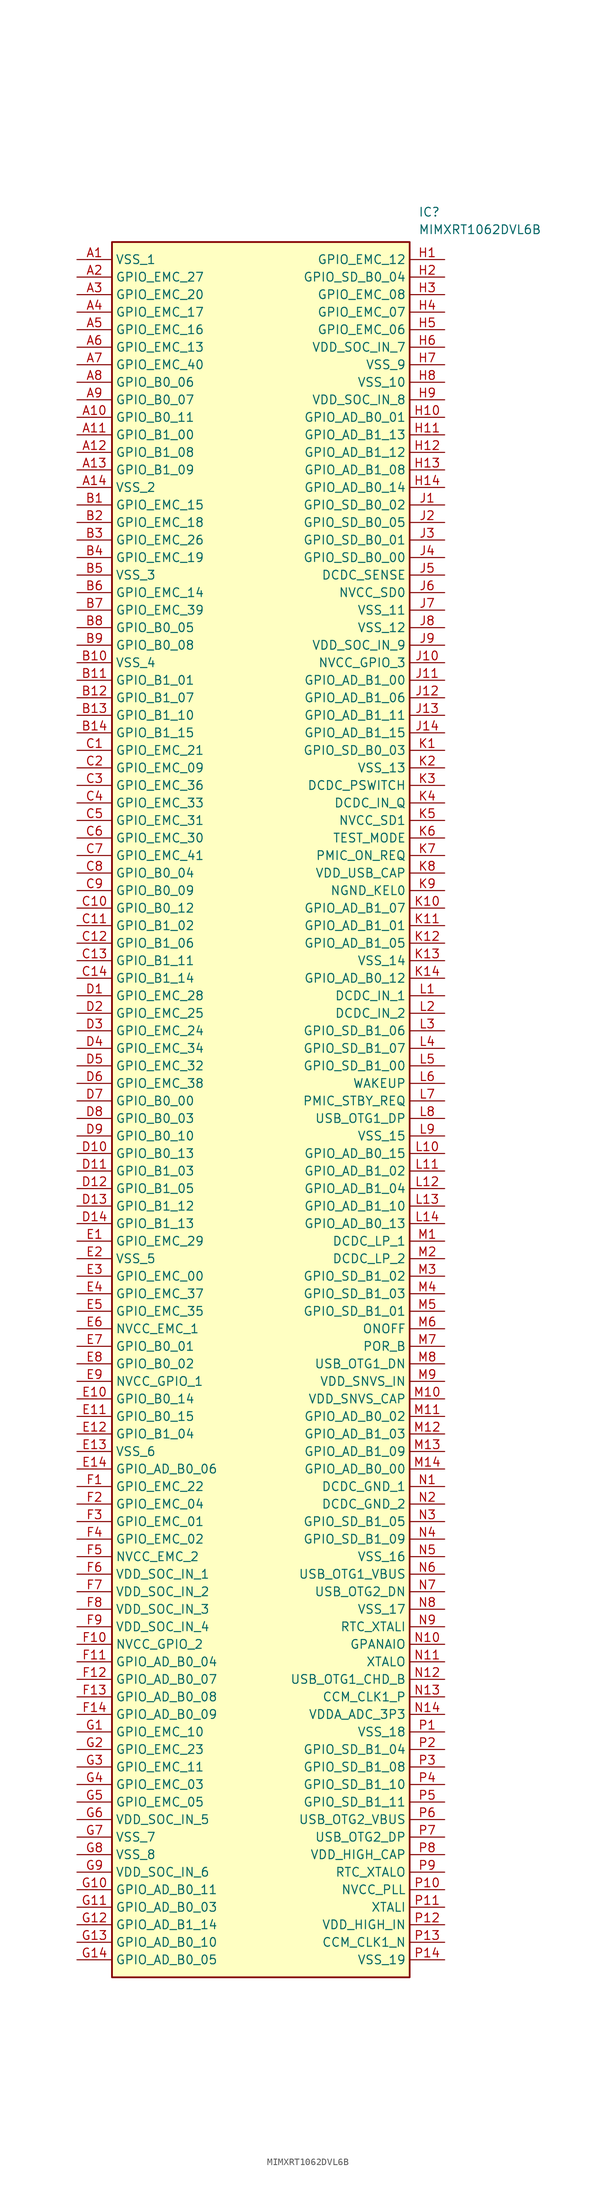
<source format=kicad_sym>
(kicad_symbol_lib
  (version 20211014)
  (generator SamacSys_ECAD_Model)
  (symbol "MIMXRT1062DVL6B"
    (property "Reference" "IC"
      (at 49.53 7.62 0)
      (effects (font (size 1.27 1.27)) (justify left top)))
    (property "Value" "MIMXRT1062DVL6B"
      (at 49.53 5.08 0)
      (effects (font (size 1.27 1.27)) (justify left top)))
    (rectangle
      (start 5.08 2.54)
      (end 48.26 -248.92)
      (stroke (width 0.254) (type default))
      (fill (type background)))
    (pin passive line
      (at 0 0 0)
      (length 5.08)
      (name "VSS_1" (effects (font (size 1.27 1.27))))
      (number "A1" (effects (font (size 1.27 1.27)))))
    (pin passive line
      (at 0 -2.54 0)
      (length 5.08)
      (name "GPIO_EMC_27" (effects (font (size 1.27 1.27))))
      (number "A2" (effects (font (size 1.27 1.27)))))
    (pin passive line
      (at 0 -5.08 0)
      (length 5.08)
      (name "GPIO_EMC_20" (effects (font (size 1.27 1.27))))
      (number "A3" (effects (font (size 1.27 1.27)))))
    (pin passive line
      (at 0 -7.62 0)
      (length 5.08)
      (name "GPIO_EMC_17" (effects (font (size 1.27 1.27))))
      (number "A4" (effects (font (size 1.27 1.27)))))
    (pin passive line
      (at 0 -10.16 0)
      (length 5.08)
      (name "GPIO_EMC_16" (effects (font (size 1.27 1.27))))
      (number "A5" (effects (font (size 1.27 1.27)))))
    (pin passive line
      (at 0 -12.7 0)
      (length 5.08)
      (name "GPIO_EMC_13" (effects (font (size 1.27 1.27))))
      (number "A6" (effects (font (size 1.27 1.27)))))
    (pin passive line
      (at 0 -15.24 0)
      (length 5.08)
      (name "GPIO_EMC_40" (effects (font (size 1.27 1.27))))
      (number "A7" (effects (font (size 1.27 1.27)))))
    (pin passive line
      (at 0 -17.78 0)
      (length 5.08)
      (name "GPIO_B0_06" (effects (font (size 1.27 1.27))))
      (number "A8" (effects (font (size 1.27 1.27)))))
    (pin passive line
      (at 0 -20.32 0)
      (length 5.08)
      (name "GPIO_B0_07" (effects (font (size 1.27 1.27))))
      (number "A9" (effects (font (size 1.27 1.27)))))
    (pin passive line
      (at 0 -22.86 0)
      (length 5.08)
      (name "GPIO_B0_11" (effects (font (size 1.27 1.27))))
      (number "A10" (effects (font (size 1.27 1.27)))))
    (pin passive line
      (at 0 -25.4 0)
      (length 5.08)
      (name "GPIO_B1_00" (effects (font (size 1.27 1.27))))
      (number "A11" (effects (font (size 1.27 1.27)))))
    (pin passive line
      (at 0 -27.94 0)
      (length 5.08)
      (name "GPIO_B1_08" (effects (font (size 1.27 1.27))))
      (number "A12" (effects (font (size 1.27 1.27)))))
    (pin passive line
      (at 0 -30.48 0)
      (length 5.08)
      (name "GPIO_B1_09" (effects (font (size 1.27 1.27))))
      (number "A13" (effects (font (size 1.27 1.27)))))
    (pin passive line
      (at 0 -33.02 0)
      (length 5.08)
      (name "VSS_2" (effects (font (size 1.27 1.27))))
      (number "A14" (effects (font (size 1.27 1.27)))))
    (pin passive line
      (at 0 -35.56 0)
      (length 5.08)
      (name "GPIO_EMC_15" (effects (font (size 1.27 1.27))))
      (number "B1" (effects (font (size 1.27 1.27)))))
    (pin passive line
      (at 0 -38.1 0)
      (length 5.08)
      (name "GPIO_EMC_18" (effects (font (size 1.27 1.27))))
      (number "B2" (effects (font (size 1.27 1.27)))))
    (pin passive line
      (at 0 -40.64 0)
      (length 5.08)
      (name "GPIO_EMC_26" (effects (font (size 1.27 1.27))))
      (number "B3" (effects (font (size 1.27 1.27)))))
    (pin passive line
      (at 0 -43.18 0)
      (length 5.08)
      (name "GPIO_EMC_19" (effects (font (size 1.27 1.27))))
      (number "B4" (effects (font (size 1.27 1.27)))))
    (pin passive line
      (at 0 -45.72 0)
      (length 5.08)
      (name "VSS_3" (effects (font (size 1.27 1.27))))
      (number "B5" (effects (font (size 1.27 1.27)))))
    (pin passive line
      (at 0 -48.26 0)
      (length 5.08)
      (name "GPIO_EMC_14" (effects (font (size 1.27 1.27))))
      (number "B6" (effects (font (size 1.27 1.27)))))
    (pin passive line
      (at 0 -50.8 0)
      (length 5.08)
      (name "GPIO_EMC_39" (effects (font (size 1.27 1.27))))
      (number "B7" (effects (font (size 1.27 1.27)))))
    (pin passive line
      (at 0 -53.34 0)
      (length 5.08)
      (name "GPIO_B0_05" (effects (font (size 1.27 1.27))))
      (number "B8" (effects (font (size 1.27 1.27)))))
    (pin passive line
      (at 0 -55.88 0)
      (length 5.08)
      (name "GPIO_B0_08" (effects (font (size 1.27 1.27))))
      (number "B9" (effects (font (size 1.27 1.27)))))
    (pin passive line
      (at 0 -58.42 0)
      (length 5.08)
      (name "VSS_4" (effects (font (size 1.27 1.27))))
      (number "B10" (effects (font (size 1.27 1.27)))))
    (pin passive line
      (at 0 -60.96 0)
      (length 5.08)
      (name "GPIO_B1_01" (effects (font (size 1.27 1.27))))
      (number "B11" (effects (font (size 1.27 1.27)))))
    (pin passive line
      (at 0 -63.5 0)
      (length 5.08)
      (name "GPIO_B1_07" (effects (font (size 1.27 1.27))))
      (number "B12" (effects (font (size 1.27 1.27)))))
    (pin passive line
      (at 0 -66.04 0)
      (length 5.08)
      (name "GPIO_B1_10" (effects (font (size 1.27 1.27))))
      (number "B13" (effects (font (size 1.27 1.27)))))
    (pin passive line
      (at 0 -68.58 0)
      (length 5.08)
      (name "GPIO_B1_15" (effects (font (size 1.27 1.27))))
      (number "B14" (effects (font (size 1.27 1.27)))))
    (pin passive line
      (at 0 -71.12 0)
      (length 5.08)
      (name "GPIO_EMC_21" (effects (font (size 1.27 1.27))))
      (number "C1" (effects (font (size 1.27 1.27)))))
    (pin passive line
      (at 0 -73.66 0)
      (length 5.08)
      (name "GPIO_EMC_09" (effects (font (size 1.27 1.27))))
      (number "C2" (effects (font (size 1.27 1.27)))))
    (pin passive line
      (at 0 -76.2 0)
      (length 5.08)
      (name "GPIO_EMC_36" (effects (font (size 1.27 1.27))))
      (number "C3" (effects (font (size 1.27 1.27)))))
    (pin passive line
      (at 0 -78.74 0)
      (length 5.08)
      (name "GPIO_EMC_33" (effects (font (size 1.27 1.27))))
      (number "C4" (effects (font (size 1.27 1.27)))))
    (pin passive line
      (at 0 -81.28 0)
      (length 5.08)
      (name "GPIO_EMC_31" (effects (font (size 1.27 1.27))))
      (number "C5" (effects (font (size 1.27 1.27)))))
    (pin passive line
      (at 0 -83.82 0)
      (length 5.08)
      (name "GPIO_EMC_30" (effects (font (size 1.27 1.27))))
      (number "C6" (effects (font (size 1.27 1.27)))))
    (pin passive line
      (at 0 -86.36 0)
      (length 5.08)
      (name "GPIO_EMC_41" (effects (font (size 1.27 1.27))))
      (number "C7" (effects (font (size 1.27 1.27)))))
    (pin passive line
      (at 0 -88.9 0)
      (length 5.08)
      (name "GPIO_B0_04" (effects (font (size 1.27 1.27))))
      (number "C8" (effects (font (size 1.27 1.27)))))
    (pin passive line
      (at 0 -91.44 0)
      (length 5.08)
      (name "GPIO_B0_09" (effects (font (size 1.27 1.27))))
      (number "C9" (effects (font (size 1.27 1.27)))))
    (pin passive line
      (at 0 -93.98 0)
      (length 5.08)
      (name "GPIO_B0_12" (effects (font (size 1.27 1.27))))
      (number "C10" (effects (font (size 1.27 1.27)))))
    (pin passive line
      (at 0 -96.52 0)
      (length 5.08)
      (name "GPIO_B1_02" (effects (font (size 1.27 1.27))))
      (number "C11" (effects (font (size 1.27 1.27)))))
    (pin passive line
      (at 0 -99.06 0)
      (length 5.08)
      (name "GPIO_B1_06" (effects (font (size 1.27 1.27))))
      (number "C12" (effects (font (size 1.27 1.27)))))
    (pin passive line
      (at 0 -101.6 0)
      (length 5.08)
      (name "GPIO_B1_11" (effects (font (size 1.27 1.27))))
      (number "C13" (effects (font (size 1.27 1.27)))))
    (pin passive line
      (at 0 -104.14 0)
      (length 5.08)
      (name "GPIO_B1_14" (effects (font (size 1.27 1.27))))
      (number "C14" (effects (font (size 1.27 1.27)))))
    (pin passive line
      (at 0 -106.68 0)
      (length 5.08)
      (name "GPIO_EMC_28" (effects (font (size 1.27 1.27))))
      (number "D1" (effects (font (size 1.27 1.27)))))
    (pin passive line
      (at 0 -109.22 0)
      (length 5.08)
      (name "GPIO_EMC_25" (effects (font (size 1.27 1.27))))
      (number "D2" (effects (font (size 1.27 1.27)))))
    (pin passive line
      (at 0 -111.76 0)
      (length 5.08)
      (name "GPIO_EMC_24" (effects (font (size 1.27 1.27))))
      (number "D3" (effects (font (size 1.27 1.27)))))
    (pin passive line
      (at 0 -114.3 0)
      (length 5.08)
      (name "GPIO_EMC_34" (effects (font (size 1.27 1.27))))
      (number "D4" (effects (font (size 1.27 1.27)))))
    (pin passive line
      (at 0 -116.84 0)
      (length 5.08)
      (name "GPIO_EMC_32" (effects (font (size 1.27 1.27))))
      (number "D5" (effects (font (size 1.27 1.27)))))
    (pin passive line
      (at 0 -119.38 0)
      (length 5.08)
      (name "GPIO_EMC_38" (effects (font (size 1.27 1.27))))
      (number "D6" (effects (font (size 1.27 1.27)))))
    (pin passive line
      (at 0 -121.92 0)
      (length 5.08)
      (name "GPIO_B0_00" (effects (font (size 1.27 1.27))))
      (number "D7" (effects (font (size 1.27 1.27)))))
    (pin passive line
      (at 0 -124.46 0)
      (length 5.08)
      (name "GPIO_B0_03" (effects (font (size 1.27 1.27))))
      (number "D8" (effects (font (size 1.27 1.27)))))
    (pin passive line
      (at 0 -127 0)
      (length 5.08)
      (name "GPIO_B0_10" (effects (font (size 1.27 1.27))))
      (number "D9" (effects (font (size 1.27 1.27)))))
    (pin passive line
      (at 0 -129.54 0)
      (length 5.08)
      (name "GPIO_B0_13" (effects (font (size 1.27 1.27))))
      (number "D10" (effects (font (size 1.27 1.27)))))
    (pin passive line
      (at 0 -132.08 0)
      (length 5.08)
      (name "GPIO_B1_03" (effects (font (size 1.27 1.27))))
      (number "D11" (effects (font (size 1.27 1.27)))))
    (pin passive line
      (at 0 -134.62 0)
      (length 5.08)
      (name "GPIO_B1_05" (effects (font (size 1.27 1.27))))
      (number "D12" (effects (font (size 1.27 1.27)))))
    (pin passive line
      (at 0 -137.16 0)
      (length 5.08)
      (name "GPIO_B1_12" (effects (font (size 1.27 1.27))))
      (number "D13" (effects (font (size 1.27 1.27)))))
    (pin passive line
      (at 0 -139.7 0)
      (length 5.08)
      (name "GPIO_B1_13" (effects (font (size 1.27 1.27))))
      (number "D14" (effects (font (size 1.27 1.27)))))
    (pin passive line
      (at 0 -142.24 0)
      (length 5.08)
      (name "GPIO_EMC_29" (effects (font (size 1.27 1.27))))
      (number "E1" (effects (font (size 1.27 1.27)))))
    (pin passive line
      (at 0 -144.78 0)
      (length 5.08)
      (name "VSS_5" (effects (font (size 1.27 1.27))))
      (number "E2" (effects (font (size 1.27 1.27)))))
    (pin passive line
      (at 0 -147.32 0)
      (length 5.08)
      (name "GPIO_EMC_00" (effects (font (size 1.27 1.27))))
      (number "E3" (effects (font (size 1.27 1.27)))))
    (pin passive line
      (at 0 -149.86 0)
      (length 5.08)
      (name "GPIO_EMC_37" (effects (font (size 1.27 1.27))))
      (number "E4" (effects (font (size 1.27 1.27)))))
    (pin passive line
      (at 0 -152.4 0)
      (length 5.08)
      (name "GPIO_EMC_35" (effects (font (size 1.27 1.27))))
      (number "E5" (effects (font (size 1.27 1.27)))))
    (pin passive line
      (at 0 -154.94 0)
      (length 5.08)
      (name "NVCC_EMC_1" (effects (font (size 1.27 1.27))))
      (number "E6" (effects (font (size 1.27 1.27)))))
    (pin passive line
      (at 0 -157.48 0)
      (length 5.08)
      (name "GPIO_B0_01" (effects (font (size 1.27 1.27))))
      (number "E7" (effects (font (size 1.27 1.27)))))
    (pin passive line
      (at 0 -160.02 0)
      (length 5.08)
      (name "GPIO_B0_02" (effects (font (size 1.27 1.27))))
      (number "E8" (effects (font (size 1.27 1.27)))))
    (pin passive line
      (at 0 -162.56 0)
      (length 5.08)
      (name "NVCC_GPIO_1" (effects (font (size 1.27 1.27))))
      (number "E9" (effects (font (size 1.27 1.27)))))
    (pin passive line
      (at 0 -165.1 0)
      (length 5.08)
      (name "GPIO_B0_14" (effects (font (size 1.27 1.27))))
      (number "E10" (effects (font (size 1.27 1.27)))))
    (pin passive line
      (at 0 -167.64 0)
      (length 5.08)
      (name "GPIO_B0_15" (effects (font (size 1.27 1.27))))
      (number "E11" (effects (font (size 1.27 1.27)))))
    (pin passive line
      (at 0 -170.18 0)
      (length 5.08)
      (name "GPIO_B1_04" (effects (font (size 1.27 1.27))))
      (number "E12" (effects (font (size 1.27 1.27)))))
    (pin passive line
      (at 0 -172.72 0)
      (length 5.08)
      (name "VSS_6" (effects (font (size 1.27 1.27))))
      (number "E13" (effects (font (size 1.27 1.27)))))
    (pin passive line
      (at 0 -175.26 0)
      (length 5.08)
      (name "GPIO_AD_B0_06" (effects (font (size 1.27 1.27))))
      (number "E14" (effects (font (size 1.27 1.27)))))
    (pin passive line
      (at 0 -177.8 0)
      (length 5.08)
      (name "GPIO_EMC_22" (effects (font (size 1.27 1.27))))
      (number "F1" (effects (font (size 1.27 1.27)))))
    (pin passive line
      (at 0 -180.34 0)
      (length 5.08)
      (name "GPIO_EMC_04" (effects (font (size 1.27 1.27))))
      (number "F2" (effects (font (size 1.27 1.27)))))
    (pin passive line
      (at 0 -182.88 0)
      (length 5.08)
      (name "GPIO_EMC_01" (effects (font (size 1.27 1.27))))
      (number "F3" (effects (font (size 1.27 1.27)))))
    (pin passive line
      (at 0 -185.42 0)
      (length 5.08)
      (name "GPIO_EMC_02" (effects (font (size 1.27 1.27))))
      (number "F4" (effects (font (size 1.27 1.27)))))
    (pin passive line
      (at 0 -187.96 0)
      (length 5.08)
      (name "NVCC_EMC_2" (effects (font (size 1.27 1.27))))
      (number "F5" (effects (font (size 1.27 1.27)))))
    (pin passive line
      (at 0 -190.5 0)
      (length 5.08)
      (name "VDD_SOC_IN_1" (effects (font (size 1.27 1.27))))
      (number "F6" (effects (font (size 1.27 1.27)))))
    (pin passive line
      (at 0 -193.04 0)
      (length 5.08)
      (name "VDD_SOC_IN_2" (effects (font (size 1.27 1.27))))
      (number "F7" (effects (font (size 1.27 1.27)))))
    (pin passive line
      (at 0 -195.58 0)
      (length 5.08)
      (name "VDD_SOC_IN_3" (effects (font (size 1.27 1.27))))
      (number "F8" (effects (font (size 1.27 1.27)))))
    (pin passive line
      (at 0 -198.12 0)
      (length 5.08)
      (name "VDD_SOC_IN_4" (effects (font (size 1.27 1.27))))
      (number "F9" (effects (font (size 1.27 1.27)))))
    (pin passive line
      (at 0 -200.66 0)
      (length 5.08)
      (name "NVCC_GPIO_2" (effects (font (size 1.27 1.27))))
      (number "F10" (effects (font (size 1.27 1.27)))))
    (pin passive line
      (at 0 -203.2 0)
      (length 5.08)
      (name "GPIO_AD_B0_04" (effects (font (size 1.27 1.27))))
      (number "F11" (effects (font (size 1.27 1.27)))))
    (pin passive line
      (at 0 -205.74 0)
      (length 5.08)
      (name "GPIO_AD_B0_07" (effects (font (size 1.27 1.27))))
      (number "F12" (effects (font (size 1.27 1.27)))))
    (pin passive line
      (at 0 -208.28 0)
      (length 5.08)
      (name "GPIO_AD_B0_08" (effects (font (size 1.27 1.27))))
      (number "F13" (effects (font (size 1.27 1.27)))))
    (pin passive line
      (at 0 -210.82 0)
      (length 5.08)
      (name "GPIO_AD_B0_09" (effects (font (size 1.27 1.27))))
      (number "F14" (effects (font (size 1.27 1.27)))))
    (pin passive line
      (at 0 -213.36 0)
      (length 5.08)
      (name "GPIO_EMC_10" (effects (font (size 1.27 1.27))))
      (number "G1" (effects (font (size 1.27 1.27)))))
    (pin passive line
      (at 0 -215.9 0)
      (length 5.08)
      (name "GPIO_EMC_23" (effects (font (size 1.27 1.27))))
      (number "G2" (effects (font (size 1.27 1.27)))))
    (pin passive line
      (at 0 -218.44 0)
      (length 5.08)
      (name "GPIO_EMC_11" (effects (font (size 1.27 1.27))))
      (number "G3" (effects (font (size 1.27 1.27)))))
    (pin passive line
      (at 0 -220.98 0)
      (length 5.08)
      (name "GPIO_EMC_03" (effects (font (size 1.27 1.27))))
      (number "G4" (effects (font (size 1.27 1.27)))))
    (pin passive line
      (at 0 -223.52 0)
      (length 5.08)
      (name "GPIO_EMC_05" (effects (font (size 1.27 1.27))))
      (number "G5" (effects (font (size 1.27 1.27)))))
    (pin passive line
      (at 0 -226.06 0)
      (length 5.08)
      (name "VDD_SOC_IN_5" (effects (font (size 1.27 1.27))))
      (number "G6" (effects (font (size 1.27 1.27)))))
    (pin passive line
      (at 0 -228.6 0)
      (length 5.08)
      (name "VSS_7" (effects (font (size 1.27 1.27))))
      (number "G7" (effects (font (size 1.27 1.27)))))
    (pin passive line
      (at 0 -231.14 0)
      (length 5.08)
      (name "VSS_8" (effects (font (size 1.27 1.27))))
      (number "G8" (effects (font (size 1.27 1.27)))))
    (pin passive line
      (at 0 -233.68 0)
      (length 5.08)
      (name "VDD_SOC_IN_6" (effects (font (size 1.27 1.27))))
      (number "G9" (effects (font (size 1.27 1.27)))))
    (pin passive line
      (at 0 -236.22 0)
      (length 5.08)
      (name "GPIO_AD_B0_11" (effects (font (size 1.27 1.27))))
      (number "G10" (effects (font (size 1.27 1.27)))))
    (pin passive line
      (at 0 -238.76 0)
      (length 5.08)
      (name "GPIO_AD_B0_03" (effects (font (size 1.27 1.27))))
      (number "G11" (effects (font (size 1.27 1.27)))))
    (pin passive line
      (at 0 -241.3 0)
      (length 5.08)
      (name "GPIO_AD_B1_14" (effects (font (size 1.27 1.27))))
      (number "G12" (effects (font (size 1.27 1.27)))))
    (pin passive line
      (at 0 -243.84 0)
      (length 5.08)
      (name "GPIO_AD_B0_10" (effects (font (size 1.27 1.27))))
      (number "G13" (effects (font (size 1.27 1.27)))))
    (pin passive line
      (at 0 -246.38 0)
      (length 5.08)
      (name "GPIO_AD_B0_05" (effects (font (size 1.27 1.27))))
      (number "G14" (effects (font (size 1.27 1.27)))))
    (pin passive line
      (at 53.34 0 180)
      (length 5.08)
      (name "GPIO_EMC_12" (effects (font (size 1.27 1.27))))
      (number "H1" (effects (font (size 1.27 1.27)))))
    (pin passive line
      (at 53.34 -2.54 180)
      (length 5.08)
      (name "GPIO_SD_B0_04" (effects (font (size 1.27 1.27))))
      (number "H2" (effects (font (size 1.27 1.27)))))
    (pin passive line
      (at 53.34 -5.08 180)
      (length 5.08)
      (name "GPIO_EMC_08" (effects (font (size 1.27 1.27))))
      (number "H3" (effects (font (size 1.27 1.27)))))
    (pin passive line
      (at 53.34 -7.62 180)
      (length 5.08)
      (name "GPIO_EMC_07" (effects (font (size 1.27 1.27))))
      (number "H4" (effects (font (size 1.27 1.27)))))
    (pin passive line
      (at 53.34 -10.16 180)
      (length 5.08)
      (name "GPIO_EMC_06" (effects (font (size 1.27 1.27))))
      (number "H5" (effects (font (size 1.27 1.27)))))
    (pin passive line
      (at 53.34 -12.7 180)
      (length 5.08)
      (name "VDD_SOC_IN_7" (effects (font (size 1.27 1.27))))
      (number "H6" (effects (font (size 1.27 1.27)))))
    (pin passive line
      (at 53.34 -15.24 180)
      (length 5.08)
      (name "VSS_9" (effects (font (size 1.27 1.27))))
      (number "H7" (effects (font (size 1.27 1.27)))))
    (pin passive line
      (at 53.34 -17.78 180)
      (length 5.08)
      (name "VSS_10" (effects (font (size 1.27 1.27))))
      (number "H8" (effects (font (size 1.27 1.27)))))
    (pin passive line
      (at 53.34 -20.32 180)
      (length 5.08)
      (name "VDD_SOC_IN_8" (effects (font (size 1.27 1.27))))
      (number "H9" (effects (font (size 1.27 1.27)))))
    (pin passive line
      (at 53.34 -22.86 180)
      (length 5.08)
      (name "GPIO_AD_B0_01" (effects (font (size 1.27 1.27))))
      (number "H10" (effects (font (size 1.27 1.27)))))
    (pin passive line
      (at 53.34 -25.4 180)
      (length 5.08)
      (name "GPIO_AD_B1_13" (effects (font (size 1.27 1.27))))
      (number "H11" (effects (font (size 1.27 1.27)))))
    (pin passive line
      (at 53.34 -27.94 180)
      (length 5.08)
      (name "GPIO_AD_B1_12" (effects (font (size 1.27 1.27))))
      (number "H12" (effects (font (size 1.27 1.27)))))
    (pin passive line
      (at 53.34 -30.48 180)
      (length 5.08)
      (name "GPIO_AD_B1_08" (effects (font (size 1.27 1.27))))
      (number "H13" (effects (font (size 1.27 1.27)))))
    (pin passive line
      (at 53.34 -33.02 180)
      (length 5.08)
      (name "GPIO_AD_B0_14" (effects (font (size 1.27 1.27))))
      (number "H14" (effects (font (size 1.27 1.27)))))
    (pin passive line
      (at 53.34 -35.56 180)
      (length 5.08)
      (name "GPIO_SD_B0_02" (effects (font (size 1.27 1.27))))
      (number "J1" (effects (font (size 1.27 1.27)))))
    (pin passive line
      (at 53.34 -38.1 180)
      (length 5.08)
      (name "GPIO_SD_B0_05" (effects (font (size 1.27 1.27))))
      (number "J2" (effects (font (size 1.27 1.27)))))
    (pin passive line
      (at 53.34 -40.64 180)
      (length 5.08)
      (name "GPIO_SD_B0_01" (effects (font (size 1.27 1.27))))
      (number "J3" (effects (font (size 1.27 1.27)))))
    (pin passive line
      (at 53.34 -43.18 180)
      (length 5.08)
      (name "GPIO_SD_B0_00" (effects (font (size 1.27 1.27))))
      (number "J4" (effects (font (size 1.27 1.27)))))
    (pin passive line
      (at 53.34 -45.72 180)
      (length 5.08)
      (name "DCDC_SENSE" (effects (font (size 1.27 1.27))))
      (number "J5" (effects (font (size 1.27 1.27)))))
    (pin passive line
      (at 53.34 -48.26 180)
      (length 5.08)
      (name "NVCC_SD0" (effects (font (size 1.27 1.27))))
      (number "J6" (effects (font (size 1.27 1.27)))))
    (pin passive line
      (at 53.34 -50.8 180)
      (length 5.08)
      (name "VSS_11" (effects (font (size 1.27 1.27))))
      (number "J7" (effects (font (size 1.27 1.27)))))
    (pin passive line
      (at 53.34 -53.34 180)
      (length 5.08)
      (name "VSS_12" (effects (font (size 1.27 1.27))))
      (number "J8" (effects (font (size 1.27 1.27)))))
    (pin passive line
      (at 53.34 -55.88 180)
      (length 5.08)
      (name "VDD_SOC_IN_9" (effects (font (size 1.27 1.27))))
      (number "J9" (effects (font (size 1.27 1.27)))))
    (pin passive line
      (at 53.34 -58.42 180)
      (length 5.08)
      (name "NVCC_GPIO_3" (effects (font (size 1.27 1.27))))
      (number "J10" (effects (font (size 1.27 1.27)))))
    (pin passive line
      (at 53.34 -60.96 180)
      (length 5.08)
      (name "GPIO_AD_B1_00" (effects (font (size 1.27 1.27))))
      (number "J11" (effects (font (size 1.27 1.27)))))
    (pin passive line
      (at 53.34 -63.5 180)
      (length 5.08)
      (name "GPIO_AD_B1_06" (effects (font (size 1.27 1.27))))
      (number "J12" (effects (font (size 1.27 1.27)))))
    (pin passive line
      (at 53.34 -66.04 180)
      (length 5.08)
      (name "GPIO_AD_B1_11" (effects (font (size 1.27 1.27))))
      (number "J13" (effects (font (size 1.27 1.27)))))
    (pin passive line
      (at 53.34 -68.58 180)
      (length 5.08)
      (name "GPIO_AD_B1_15" (effects (font (size 1.27 1.27))))
      (number "J14" (effects (font (size 1.27 1.27)))))
    (pin passive line
      (at 53.34 -71.12 180)
      (length 5.08)
      (name "GPIO_SD_B0_03" (effects (font (size 1.27 1.27))))
      (number "K1" (effects (font (size 1.27 1.27)))))
    (pin passive line
      (at 53.34 -73.66 180)
      (length 5.08)
      (name "VSS_13" (effects (font (size 1.27 1.27))))
      (number "K2" (effects (font (size 1.27 1.27)))))
    (pin passive line
      (at 53.34 -76.2 180)
      (length 5.08)
      (name "DCDC_PSWITCH" (effects (font (size 1.27 1.27))))
      (number "K3" (effects (font (size 1.27 1.27)))))
    (pin passive line
      (at 53.34 -78.74 180)
      (length 5.08)
      (name "DCDC_IN_Q" (effects (font (size 1.27 1.27))))
      (number "K4" (effects (font (size 1.27 1.27)))))
    (pin passive line
      (at 53.34 -81.28 180)
      (length 5.08)
      (name "NVCC_SD1" (effects (font (size 1.27 1.27))))
      (number "K5" (effects (font (size 1.27 1.27)))))
    (pin passive line
      (at 53.34 -83.82 180)
      (length 5.08)
      (name "TEST_MODE" (effects (font (size 1.27 1.27))))
      (number "K6" (effects (font (size 1.27 1.27)))))
    (pin passive line
      (at 53.34 -86.36 180)
      (length 5.08)
      (name "PMIC_ON_REQ" (effects (font (size 1.27 1.27))))
      (number "K7" (effects (font (size 1.27 1.27)))))
    (pin passive line
      (at 53.34 -88.9 180)
      (length 5.08)
      (name "VDD_USB_CAP" (effects (font (size 1.27 1.27))))
      (number "K8" (effects (font (size 1.27 1.27)))))
    (pin passive line
      (at 53.34 -91.44 180)
      (length 5.08)
      (name "NGND_KEL0" (effects (font (size 1.27 1.27))))
      (number "K9" (effects (font (size 1.27 1.27)))))
    (pin passive line
      (at 53.34 -93.98 180)
      (length 5.08)
      (name "GPIO_AD_B1_07" (effects (font (size 1.27 1.27))))
      (number "K10" (effects (font (size 1.27 1.27)))))
    (pin passive line
      (at 53.34 -96.52 180)
      (length 5.08)
      (name "GPIO_AD_B1_01" (effects (font (size 1.27 1.27))))
      (number "K11" (effects (font (size 1.27 1.27)))))
    (pin passive line
      (at 53.34 -99.06 180)
      (length 5.08)
      (name "GPIO_AD_B1_05" (effects (font (size 1.27 1.27))))
      (number "K12" (effects (font (size 1.27 1.27)))))
    (pin passive line
      (at 53.34 -101.6 180)
      (length 5.08)
      (name "VSS_14" (effects (font (size 1.27 1.27))))
      (number "K13" (effects (font (size 1.27 1.27)))))
    (pin passive line
      (at 53.34 -104.14 180)
      (length 5.08)
      (name "GPIO_AD_B0_12" (effects (font (size 1.27 1.27))))
      (number "K14" (effects (font (size 1.27 1.27)))))
    (pin passive line
      (at 53.34 -106.68 180)
      (length 5.08)
      (name "DCDC_IN_1" (effects (font (size 1.27 1.27))))
      (number "L1" (effects (font (size 1.27 1.27)))))
    (pin passive line
      (at 53.34 -109.22 180)
      (length 5.08)
      (name "DCDC_IN_2" (effects (font (size 1.27 1.27))))
      (number "L2" (effects (font (size 1.27 1.27)))))
    (pin passive line
      (at 53.34 -111.76 180)
      (length 5.08)
      (name "GPIO_SD_B1_06" (effects (font (size 1.27 1.27))))
      (number "L3" (effects (font (size 1.27 1.27)))))
    (pin passive line
      (at 53.34 -114.3 180)
      (length 5.08)
      (name "GPIO_SD_B1_07" (effects (font (size 1.27 1.27))))
      (number "L4" (effects (font (size 1.27 1.27)))))
    (pin passive line
      (at 53.34 -116.84 180)
      (length 5.08)
      (name "GPIO_SD_B1_00" (effects (font (size 1.27 1.27))))
      (number "L5" (effects (font (size 1.27 1.27)))))
    (pin passive line
      (at 53.34 -119.38 180)
      (length 5.08)
      (name "WAKEUP" (effects (font (size 1.27 1.27))))
      (number "L6" (effects (font (size 1.27 1.27)))))
    (pin passive line
      (at 53.34 -121.92 180)
      (length 5.08)
      (name "PMIC_STBY_REQ" (effects (font (size 1.27 1.27))))
      (number "L7" (effects (font (size 1.27 1.27)))))
    (pin passive line
      (at 53.34 -124.46 180)
      (length 5.08)
      (name "USB_OTG1_DP" (effects (font (size 1.27 1.27))))
      (number "L8" (effects (font (size 1.27 1.27)))))
    (pin passive line
      (at 53.34 -127 180)
      (length 5.08)
      (name "VSS_15" (effects (font (size 1.27 1.27))))
      (number "L9" (effects (font (size 1.27 1.27)))))
    (pin passive line
      (at 53.34 -129.54 180)
      (length 5.08)
      (name "GPIO_AD_B0_15" (effects (font (size 1.27 1.27))))
      (number "L10" (effects (font (size 1.27 1.27)))))
    (pin passive line
      (at 53.34 -132.08 180)
      (length 5.08)
      (name "GPIO_AD_B1_02" (effects (font (size 1.27 1.27))))
      (number "L11" (effects (font (size 1.27 1.27)))))
    (pin passive line
      (at 53.34 -134.62 180)
      (length 5.08)
      (name "GPIO_AD_B1_04" (effects (font (size 1.27 1.27))))
      (number "L12" (effects (font (size 1.27 1.27)))))
    (pin passive line
      (at 53.34 -137.16 180)
      (length 5.08)
      (name "GPIO_AD_B1_10" (effects (font (size 1.27 1.27))))
      (number "L13" (effects (font (size 1.27 1.27)))))
    (pin passive line
      (at 53.34 -139.7 180)
      (length 5.08)
      (name "GPIO_AD_B0_13" (effects (font (size 1.27 1.27))))
      (number "L14" (effects (font (size 1.27 1.27)))))
    (pin passive line
      (at 53.34 -142.24 180)
      (length 5.08)
      (name "DCDC_LP_1" (effects (font (size 1.27 1.27))))
      (number "M1" (effects (font (size 1.27 1.27)))))
    (pin passive line
      (at 53.34 -144.78 180)
      (length 5.08)
      (name "DCDC_LP_2" (effects (font (size 1.27 1.27))))
      (number "M2" (effects (font (size 1.27 1.27)))))
    (pin passive line
      (at 53.34 -147.32 180)
      (length 5.08)
      (name "GPIO_SD_B1_02" (effects (font (size 1.27 1.27))))
      (number "M3" (effects (font (size 1.27 1.27)))))
    (pin passive line
      (at 53.34 -149.86 180)
      (length 5.08)
      (name "GPIO_SD_B1_03" (effects (font (size 1.27 1.27))))
      (number "M4" (effects (font (size 1.27 1.27)))))
    (pin passive line
      (at 53.34 -152.4 180)
      (length 5.08)
      (name "GPIO_SD_B1_01" (effects (font (size 1.27 1.27))))
      (number "M5" (effects (font (size 1.27 1.27)))))
    (pin passive line
      (at 53.34 -154.94 180)
      (length 5.08)
      (name "ONOFF" (effects (font (size 1.27 1.27))))
      (number "M6" (effects (font (size 1.27 1.27)))))
    (pin passive line
      (at 53.34 -157.48 180)
      (length 5.08)
      (name "POR_B" (effects (font (size 1.27 1.27))))
      (number "M7" (effects (font (size 1.27 1.27)))))
    (pin passive line
      (at 53.34 -160.02 180)
      (length 5.08)
      (name "USB_OTG1_DN" (effects (font (size 1.27 1.27))))
      (number "M8" (effects (font (size 1.27 1.27)))))
    (pin passive line
      (at 53.34 -162.56 180)
      (length 5.08)
      (name "VDD_SNVS_IN" (effects (font (size 1.27 1.27))))
      (number "M9" (effects (font (size 1.27 1.27)))))
    (pin passive line
      (at 53.34 -165.1 180)
      (length 5.08)
      (name "VDD_SNVS_CAP" (effects (font (size 1.27 1.27))))
      (number "M10" (effects (font (size 1.27 1.27)))))
    (pin passive line
      (at 53.34 -167.64 180)
      (length 5.08)
      (name "GPIO_AD_B0_02" (effects (font (size 1.27 1.27))))
      (number "M11" (effects (font (size 1.27 1.27)))))
    (pin passive line
      (at 53.34 -170.18 180)
      (length 5.08)
      (name "GPIO_AD_B1_03" (effects (font (size 1.27 1.27))))
      (number "M12" (effects (font (size 1.27 1.27)))))
    (pin passive line
      (at 53.34 -172.72 180)
      (length 5.08)
      (name "GPIO_AD_B1_09" (effects (font (size 1.27 1.27))))
      (number "M13" (effects (font (size 1.27 1.27)))))
    (pin passive line
      (at 53.34 -175.26 180)
      (length 5.08)
      (name "GPIO_AD_B0_00" (effects (font (size 1.27 1.27))))
      (number "M14" (effects (font (size 1.27 1.27)))))
    (pin passive line
      (at 53.34 -177.8 180)
      (length 5.08)
      (name "DCDC_GND_1" (effects (font (size 1.27 1.27))))
      (number "N1" (effects (font (size 1.27 1.27)))))
    (pin passive line
      (at 53.34 -180.34 180)
      (length 5.08)
      (name "DCDC_GND_2" (effects (font (size 1.27 1.27))))
      (number "N2" (effects (font (size 1.27 1.27)))))
    (pin passive line
      (at 53.34 -182.88 180)
      (length 5.08)
      (name "GPIO_SD_B1_05" (effects (font (size 1.27 1.27))))
      (number "N3" (effects (font (size 1.27 1.27)))))
    (pin passive line
      (at 53.34 -185.42 180)
      (length 5.08)
      (name "GPIO_SD_B1_09" (effects (font (size 1.27 1.27))))
      (number "N4" (effects (font (size 1.27 1.27)))))
    (pin passive line
      (at 53.34 -187.96 180)
      (length 5.08)
      (name "VSS_16" (effects (font (size 1.27 1.27))))
      (number "N5" (effects (font (size 1.27 1.27)))))
    (pin passive line
      (at 53.34 -190.5 180)
      (length 5.08)
      (name "USB_OTG1_VBUS" (effects (font (size 1.27 1.27))))
      (number "N6" (effects (font (size 1.27 1.27)))))
    (pin passive line
      (at 53.34 -193.04 180)
      (length 5.08)
      (name "USB_OTG2_DN" (effects (font (size 1.27 1.27))))
      (number "N7" (effects (font (size 1.27 1.27)))))
    (pin passive line
      (at 53.34 -195.58 180)
      (length 5.08)
      (name "VSS_17" (effects (font (size 1.27 1.27))))
      (number "N8" (effects (font (size 1.27 1.27)))))
    (pin passive line
      (at 53.34 -198.12 180)
      (length 5.08)
      (name "RTC_XTALI" (effects (font (size 1.27 1.27))))
      (number "N9" (effects (font (size 1.27 1.27)))))
    (pin passive line
      (at 53.34 -200.66 180)
      (length 5.08)
      (name "GPANAIO" (effects (font (size 1.27 1.27))))
      (number "N10" (effects (font (size 1.27 1.27)))))
    (pin passive line
      (at 53.34 -203.2 180)
      (length 5.08)
      (name "XTALO" (effects (font (size 1.27 1.27))))
      (number "N11" (effects (font (size 1.27 1.27)))))
    (pin passive line
      (at 53.34 -205.74 180)
      (length 5.08)
      (name "USB_OTG1_CHD_B" (effects (font (size 1.27 1.27))))
      (number "N12" (effects (font (size 1.27 1.27)))))
    (pin passive line
      (at 53.34 -208.28 180)
      (length 5.08)
      (name "CCM_CLK1_P" (effects (font (size 1.27 1.27))))
      (number "N13" (effects (font (size 1.27 1.27)))))
    (pin passive line
      (at 53.34 -210.82 180)
      (length 5.08)
      (name "VDDA_ADC_3P3" (effects (font (size 1.27 1.27))))
      (number "N14" (effects (font (size 1.27 1.27)))))
    (pin passive line
      (at 53.34 -213.36 180)
      (length 5.08)
      (name "VSS_18" (effects (font (size 1.27 1.27))))
      (number "P1" (effects (font (size 1.27 1.27)))))
    (pin passive line
      (at 53.34 -215.9 180)
      (length 5.08)
      (name "GPIO_SD_B1_04" (effects (font (size 1.27 1.27))))
      (number "P2" (effects (font (size 1.27 1.27)))))
    (pin passive line
      (at 53.34 -218.44 180)
      (length 5.08)
      (name "GPIO_SD_B1_08" (effects (font (size 1.27 1.27))))
      (number "P3" (effects (font (size 1.27 1.27)))))
    (pin passive line
      (at 53.34 -220.98 180)
      (length 5.08)
      (name "GPIO_SD_B1_10" (effects (font (size 1.27 1.27))))
      (number "P4" (effects (font (size 1.27 1.27)))))
    (pin passive line
      (at 53.34 -223.52 180)
      (length 5.08)
      (name "GPIO_SD_B1_11" (effects (font (size 1.27 1.27))))
      (number "P5" (effects (font (size 1.27 1.27)))))
    (pin passive line
      (at 53.34 -226.06 180)
      (length 5.08)
      (name "USB_OTG2_VBUS" (effects (font (size 1.27 1.27))))
      (number "P6" (effects (font (size 1.27 1.27)))))
    (pin passive line
      (at 53.34 -228.6 180)
      (length 5.08)
      (name "USB_OTG2_DP" (effects (font (size 1.27 1.27))))
      (number "P7" (effects (font (size 1.27 1.27)))))
    (pin passive line
      (at 53.34 -231.14 180)
      (length 5.08)
      (name "VDD_HIGH_CAP" (effects (font (size 1.27 1.27))))
      (number "P8" (effects (font (size 1.27 1.27)))))
    (pin passive line
      (at 53.34 -233.68 180)
      (length 5.08)
      (name "RTC_XTALO" (effects (font (size 1.27 1.27))))
      (number "P9" (effects (font (size 1.27 1.27)))))
    (pin passive line
      (at 53.34 -236.22 180)
      (length 5.08)
      (name "NVCC_PLL" (effects (font (size 1.27 1.27))))
      (number "P10" (effects (font (size 1.27 1.27)))))
    (pin passive line
      (at 53.34 -238.76 180)
      (length 5.08)
      (name "XTALI" (effects (font (size 1.27 1.27))))
      (number "P11" (effects (font (size 1.27 1.27)))))
    (pin passive line
      (at 53.34 -241.3 180)
      (length 5.08)
      (name "VDD_HIGH_IN" (effects (font (size 1.27 1.27))))
      (number "P12" (effects (font (size 1.27 1.27)))))
    (pin passive line
      (at 53.34 -243.84 180)
      (length 5.08)
      (name "CCM_CLK1_N" (effects (font (size 1.27 1.27))))
      (number "P13" (effects (font (size 1.27 1.27)))))
    (pin passive line
      (at 53.34 -246.38 180)
      (length 5.08)
      (name "VSS_19" (effects (font (size 1.27 1.27))))
      (number "P14" (effects (font (size 1.27 1.27)))))))
</source>
